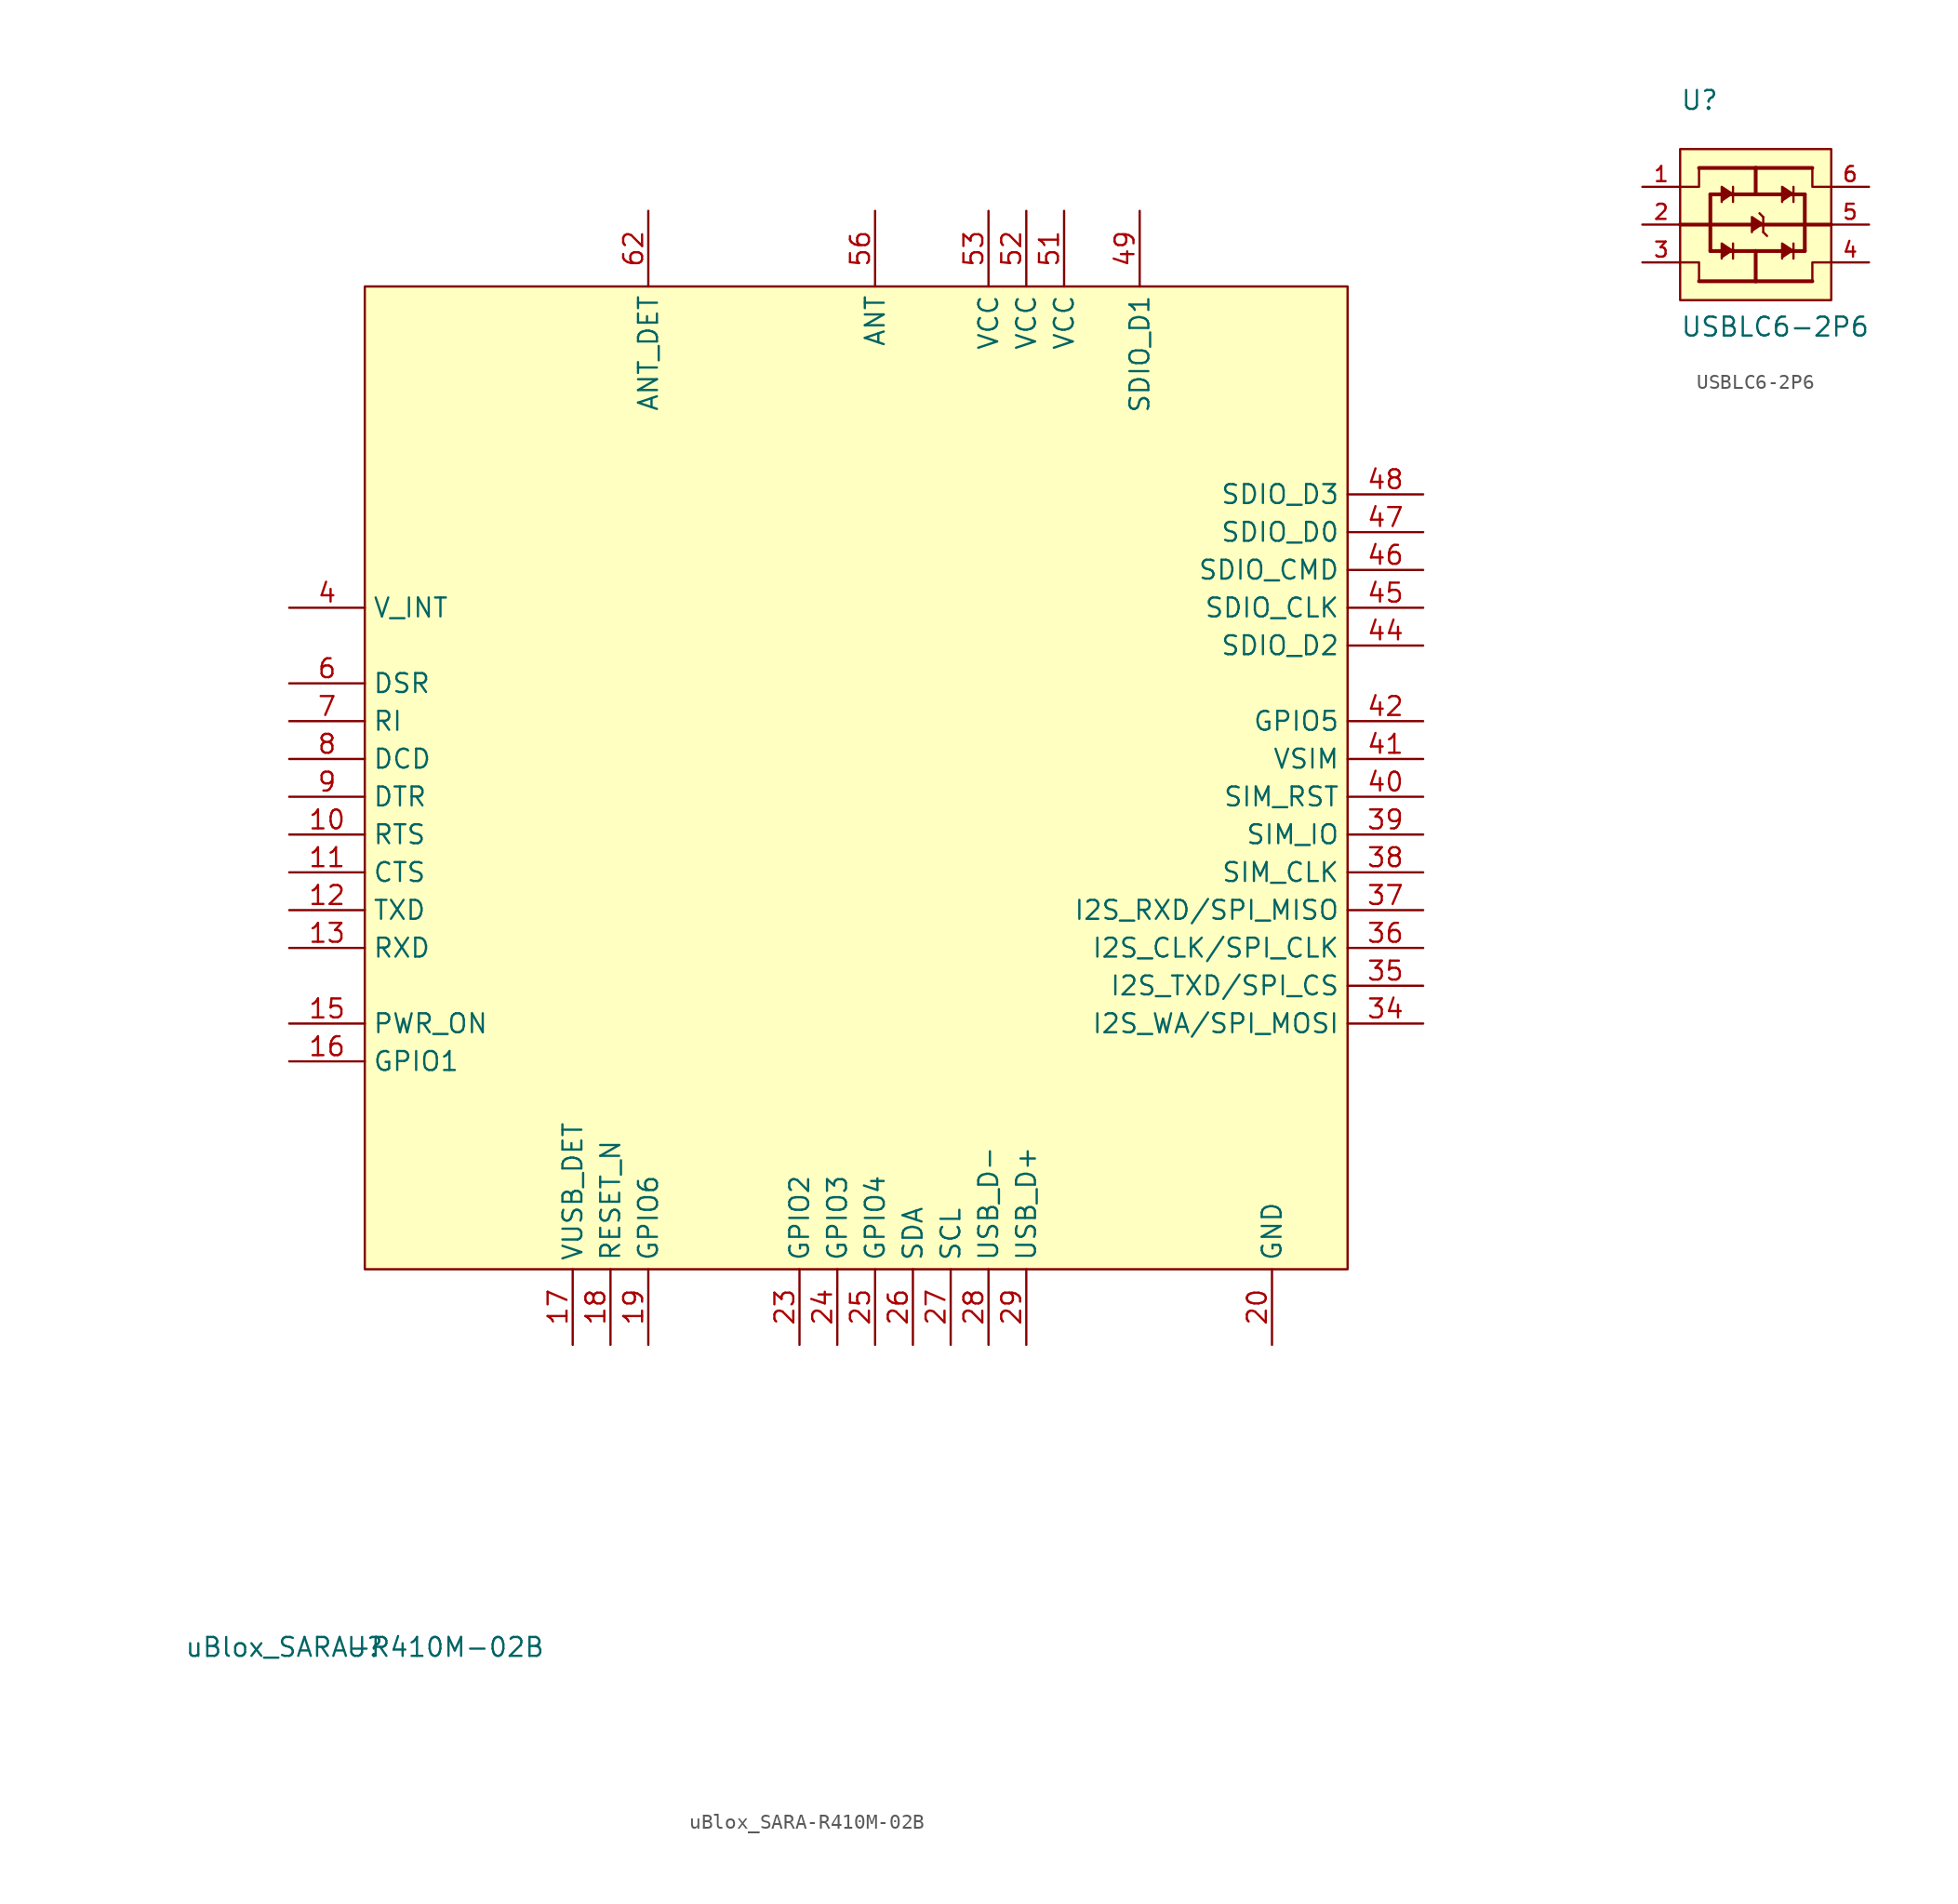
<source format=kicad_sym>
(kicad_symbol_lib
  (version 20200126)
  (host kicad_symbol_editor "(5.99.0-1734-g575ad7128)")
  (symbol "DLY_Customized:uBlox_SARA-R410M-02B"
    (property "Reference" "U"
      (at 0 0 0))
    (property "Value" "uBlox_SARA-R410M-02B"
      (at 0 0 0))
    (symbol "uBlox_SARA-R410M-02B_0_1"
      (rectangle (start 0 91.44) (end 66.04 25.4) (fill (type background))))
    (symbol "uBlox_SARA-R410M-02B_1_1"
      (pin passive line (at 60.96 20.32 90) (length 5.08) (name "GND") (number "1") hide)
      (pin passive line (at -5.08 54.61 0) (length 5.08) (name "RTS") (number "10"))
      (pin passive line (at -5.08 52.07 0) (length 5.08) (name "CTS") (number "11"))
      (pin output line (at -5.08 49.53 0) (length 5.08) (name "TXD") (number "12"))
      (pin input line (at -5.08 46.99 0) (length 5.08) (name "RXD") (number "13"))
      (pin passive line (at 60.96 20.32 90) (length 5.08) (name "GND") (number "14") hide)
      (pin input line (at -5.08 41.91 0) (length 5.08) (name "PWR_ON") (number "15"))
      (pin bidirectional line (at -5.08 39.37 0) (length 5.08) (name "GPIO1") (number "16"))
      (pin input line (at 13.97 20.32 90) (length 5.08) (name "VUSB_DET") (number "17"))
      (pin input line (at 16.51 20.32 90) (length 5.08) (name "RESET_N") (number "18"))
      (pin bidirectional line (at 19.05 20.32 90) (length 5.08) (name "GPIO6") (number "19"))
      (pin unconnected line (at 26.67 53.34 0) (length 5.08) (name "RSVD") (number "2") hide)
      (pin passive line (at 60.96 20.32 90) (length 5.08) (name "GND") (number "20"))
      (pin passive line (at 60.96 20.32 90) (length 5.08) (name "GND") (number "21") hide)
      (pin passive line (at 60.96 20.32 90) (length 5.08) (name "GND") (number "22") hide)
      (pin bidirectional line (at 29.21 20.32 90) (length 5.08) (name "GPIO2") (number "23"))
      (pin bidirectional line (at 31.75 20.32 90) (length 5.08) (name "GPIO3") (number "24"))
      (pin bidirectional line (at 34.29 20.32 90) (length 5.08) (name "GPIO4") (number "25"))
      (pin bidirectional line (at 36.83 20.32 90) (length 5.08) (name "SDA") (number "26"))
      (pin bidirectional line (at 39.37 20.32 90) (length 5.08) (name "SCL") (number "27"))
      (pin bidirectional line (at 41.91 20.32 90) (length 5.08) (name "USB_D-") (number "28"))
      (pin bidirectional line (at 44.45 20.32 90) (length 5.08) (name "USB_D+") (number "29"))
      (pin passive line (at 60.96 20.32 90) (length 5.08) (name "GND") (number "3") hide)
      (pin passive line (at 60.96 20.32 90) (length 5.08) (name "GND") (number "30") hide)
      (pin unconnected line (at 26.67 50.8 0) (length 5.08) (name "RSVD") (number "31") hide)
      (pin passive line (at 60.96 20.32 90) (length 5.08) (name "GND") (number "32") hide)
      (pin unconnected line (at 26.67 48.26 0) (length 5.08) (name "RSVD") (number "33") hide)
      (pin bidirectional line (at 71.12 41.91 180) (length 5.08) (name "I2S_WA/SPI_MOSI") (number "34"))
      (pin bidirectional line (at 71.12 44.45 180) (length 5.08) (name "I2S_TXD/SPI_CS") (number "35"))
      (pin bidirectional line (at 71.12 46.99 180) (length 5.08) (name "I2S_CLK/SPI_CLK") (number "36"))
      (pin bidirectional line (at 71.12 49.53 180) (length 5.08) (name "I2S_RXD/SPI_MISO") (number "37"))
      (pin input line (at 71.12 52.07 180) (length 5.08) (name "SIM_CLK") (number "38"))
      (pin output line (at 71.12 54.61 180) (length 5.08) (name "SIM_IO") (number "39"))
      (pin bidirectional line (at -5.08 69.85 0) (length 5.08) (name "V_INT") (number "4"))
      (pin input line (at 71.12 57.15 180) (length 5.08) (name "SIM_RST") (number "40"))
      (pin power_in line (at 71.12 59.69 180) (length 5.08) (name "VSIM") (number "41"))
      (pin bidirectional line (at 71.12 62.23 180) (length 5.08) (name "GPIO5") (number "42"))
      (pin passive line (at 60.96 20.32 90) (length 5.08) (name "GND") (number "43") hide)
      (pin bidirectional line (at 71.12 67.31 180) (length 5.08) (name "SDIO_D2") (number "44"))
      (pin input line (at 71.12 69.85 180) (length 5.08) (name "SDIO_CLK") (number "45"))
      (pin input line (at 71.12 72.39 180) (length 5.08) (name "SDIO_CMD") (number "46"))
      (pin bidirectional line (at 71.12 74.93 180) (length 5.08) (name "SDIO_D0") (number "47"))
      (pin bidirectional line (at 71.12 77.47 180) (length 5.08) (name "SDIO_D3") (number "48"))
      (pin bidirectional line (at 52.07 96.52 270) (length 5.08) (name "SDIO_D1") (number "49"))
      (pin passive line (at 60.96 20.32 90) (length 5.08) (name "GND") (number "5") hide)
      (pin passive line (at 60.96 20.32 90) (length 5.08) (name "GND") (number "50") hide)
      (pin power_in line (at 46.99 96.52 270) (length 5.08) (name "VCC") (number "51"))
      (pin power_in line (at 44.45 96.52 270) (length 5.08) (name "VCC") (number "52"))
      (pin power_in line (at 41.91 96.52 270) (length 5.08) (name "VCC") (number "53"))
      (pin passive line (at 60.96 20.32 90) (length 5.08) (name "GND") (number "54") hide)
      (pin passive line (at 60.96 20.32 90) (length 5.08) (name "GND") (number "55") hide)
      (pin output line (at 34.29 96.52 270) (length 5.08) (name "ANT") (number "56"))
      (pin passive line (at 60.96 20.32 90) (length 5.08) (name "GND") (number "57") hide)
      (pin passive line (at 60.96 20.32 90) (length 5.08) (name "GND") (number "58") hide)
      (pin passive line (at 60.96 20.32 90) (length 5.08) (name "GND") (number "59") hide)
      (pin passive line (at -5.08 64.77 0) (length 5.08) (name "DSR") (number "6"))
      (pin passive line (at 60.96 20.32 90) (length 5.08) (name "GND") (number "60") hide)
      (pin passive line (at 60.96 20.32 90) (length 5.08) (name "GND") (number "61") hide)
      (pin input line (at 19.05 96.52 270) (length 5.08) (name "ANT_DET") (number "62"))
      (pin passive line (at 60.96 20.32 90) (length 5.08) (name "GND") (number "63") hide)
      (pin passive line (at 60.96 20.32 90) (length 5.08) (name "GND") (number "64") hide)
      (pin passive line (at 60.96 20.32 90) (length 5.08) (name "GND") (number "65") hide)
      (pin passive line (at 60.96 20.32 90) (length 5.08) (name "GND") (number "66") hide)
      (pin passive line (at 60.96 20.32 90) (length 5.08) (name "GND") (number "67") hide)
      (pin passive line (at 60.96 20.32 90) (length 5.08) (name "GND") (number "68") hide)
      (pin passive line (at 60.96 20.32 90) (length 5.08) (name "GND") (number "69") hide)
      (pin output line (at -5.08 62.23 0) (length 5.08) (name "RI") (number "7"))
      (pin passive line (at 60.96 20.32 90) (length 5.08) (name "GND") (number "70") hide)
      (pin passive line (at 60.96 20.32 90) (length 5.08) (name "GND") (number "71") hide)
      (pin passive line (at 60.96 20.32 90) (length 5.08) (name "GND") (number "72") hide)
      (pin passive line (at 60.96 20.32 90) (length 5.08) (name "GND") (number "73") hide)
      (pin passive line (at 60.96 20.32 90) (length 5.08) (name "GND") (number "74") hide)
      (pin passive line (at 60.96 20.32 90) (length 5.08) (name "GND") (number "75") hide)
      (pin passive line (at 60.96 20.32 90) (length 5.08) (name "GND") (number "76") hide)
      (pin passive line (at 60.96 20.32 90) (length 5.08) (name "GND") (number "77") hide)
      (pin passive line (at 60.96 20.32 90) (length 5.08) (name "GND") (number "78") hide)
      (pin passive line (at 60.96 20.32 90) (length 5.08) (name "GND") (number "79") hide)
      (pin passive line (at -5.08 59.69 0) (length 5.08) (name "DCD") (number "8"))
      (pin passive line (at 60.96 20.32 90) (length 5.08) (name "GND") (number "80") hide)
      (pin passive line (at 60.96 20.32 90) (length 5.08) (name "GND") (number "81") hide)
      (pin passive line (at 60.96 20.32 90) (length 5.08) (name "GND") (number "82") hide)
      (pin passive line (at 60.96 20.32 90) (length 5.08) (name "GND") (number "83") hide)
      (pin passive line (at 60.96 20.32 90) (length 5.08) (name "GND") (number "84") hide)
      (pin passive line (at 60.96 20.32 90) (length 5.08) (name "GND") (number "85") hide)
      (pin passive line (at 60.96 20.32 90) (length 5.08) (name "GND") (number "86") hide)
      (pin passive line (at 60.96 20.32 90) (length 5.08) (name "GND") (number "87") hide)
      (pin passive line (at 60.96 20.32 90) (length 5.08) (name "GND") (number "88") hide)
      (pin passive line (at 60.96 20.32 90) (length 5.08) (name "GND") (number "89") hide)
      (pin passive line (at -5.08 57.15 0) (length 5.08) (name "DTR") (number "9"))
      (pin passive line (at 60.96 20.32 90) (length 5.08) (name "GND") (number "90") hide)
      (pin passive line (at 60.96 20.32 90) (length 5.08) (name "GND") (number "91") hide)
      (pin passive line (at 60.96 20.32 90) (length 5.08) (name "GND") (number "92") hide)
      (pin passive line (at 60.96 20.32 90) (length 5.08) (name "GND") (number "93") hide)
      (pin passive line (at 60.96 20.32 90) (length 5.08) (name "GND") (number "94") hide)
      (pin passive line (at 60.96 20.32 90) (length 5.08) (name "GND") (number "95") hide)
      (pin passive line (at 60.96 20.32 90) (length 5.08) (name "GND") (number "96") hide)))
  (symbol "DLY_Customized:USBLC6-2P6"
    (pin_names hide)
    (property "Reference" "U"
      (at -5.08 7.62 0)
      (effects (font (size 1.27 1.27)) (justify left bottom)))
    (property "Value" "USBLC6-2P6"
      (at -5.08 -7.62 0)
      (effects (font (size 1.27 1.27)) (justify left bottom)))
    (property "ki_locked" ""
      (at 0 0 0))
    (symbol "USBLC6-2P6_1_1"
      (rectangle (start -5.08 5.08) (end 5.08 -5.08) (fill (type background)))
      (polyline (pts (xy -3.81 -3.81) (xy -3.81 -2.54) (xy -5.08 -2.54)))
      (polyline (pts (xy -3.81 3.81) (xy -3.81 2.54) (xy -5.08 2.54)))
      (polyline (pts (xy 3.81 -3.81) (xy 3.81 -2.54) (xy 5.08 -2.54)))
      (polyline (pts (xy 3.81 3.81) (xy 3.81 2.54) (xy 5.08 2.54))))
    (symbol "USBLC6-2P6_0_0"
      (polyline (pts (xy -3.81 -3.81) (xy 0 -3.81)) (stroke (width 0.254)))
      (polyline (pts (xy -3.81 3.81) (xy 0 3.81)) (stroke (width 0.254)))
      (polyline (pts (xy -3.048 -1.778) (xy -3.048 0)) (stroke (width 0.254)))
      (polyline (pts (xy -3.048 0) (xy -5.08 0)) (stroke (width 0.254)))
      (polyline (pts (xy -3.048 0) (xy -3.048 2.032)) (stroke (width 0.254)))
      (polyline (pts (xy -1.524 -2.286) (xy -1.524 -1.778)))
      (polyline (pts (xy -1.524 -1.778) (xy -3.048 -1.778)) (stroke (width 0.254)))
      (polyline (pts (xy -1.524 -1.778) (xy -1.524 -1.27)))
      (polyline (pts (xy -1.524 1.524) (xy -1.524 2.032)))
      (polyline (pts (xy -1.524 2.032) (xy -3.048 2.032)) (stroke (width 0.254)))
      (polyline (pts (xy -1.524 2.032) (xy -1.524 2.54)))
      (polyline (pts (xy 0 -3.81) (xy 3.81 -3.81)) (stroke (width 0.254)))
      (polyline (pts (xy 0 -1.778) (xy -1.524 -1.778)) (stroke (width 0.254)))
      (polyline (pts (xy 0 -1.778) (xy 0 -3.81)) (stroke (width 0.254)))
      (polyline (pts (xy 0 2.032) (xy -1.524 2.032)) (stroke (width 0.254)))
      (polyline (pts (xy 0 2.032) (xy 0 3.81)) (stroke (width 0.254)))
      (polyline (pts (xy 0 3.81) (xy 3.81 3.81)) (stroke (width 0.254)))
      (polyline (pts (xy 0.508 -0.508) (xy 0.508 0)))
      (polyline (pts (xy 0.508 0) (xy -3.048 0)) (stroke (width 0.254)))
      (polyline (pts (xy 0.508 0) (xy 0.508 0.508)))
      (polyline (pts (xy 0.508 0.508) (xy 0.254 0.762)))
      (polyline (pts (xy 0.762 -0.762) (xy 0.508 -0.508)))
      (polyline (pts (xy 2.54 -2.286) (xy 2.54 -1.778)))
      (polyline (pts (xy 2.54 -1.778) (xy 0 -1.778)) (stroke (width 0.254)))
      (polyline (pts (xy 2.54 -1.778) (xy 2.54 -1.27)))
      (polyline (pts (xy 2.54 1.524) (xy 2.54 2.032)))
      (polyline (pts (xy 2.54 2.032) (xy 0 2.032)) (stroke (width 0.254)))
      (polyline (pts (xy 2.54 2.032) (xy 2.54 2.54)))
      (polyline (pts (xy 3.302 -1.778) (xy 2.54 -1.778)) (stroke (width 0.254)))
      (polyline (pts (xy 3.302 2.032) (xy 2.54 2.032)) (stroke (width 0.254)))
      (polyline (pts (xy 3.302 2.032) (xy 3.302 -1.778)) (stroke (width 0.254)))
      (polyline (pts (xy 5.08 0) (xy 0.508 0)) (stroke (width 0.254)))
      (polyline (pts (xy -1.524 -1.778) (xy -2.286 -1.27) (xy -2.286 -2.286)) (fill (type outline)))
      (polyline (pts (xy -1.524 2.032) (xy -2.286 2.54) (xy -2.286 1.524)) (fill (type outline)))
      (polyline (pts (xy 0.508 0) (xy -0.254 0.508) (xy -0.254 -0.508)) (fill (type outline)))
      (polyline (pts (xy 2.54 -1.778) (xy 1.778 -1.27) (xy 1.778 -2.286)) (fill (type outline)))
      (polyline (pts (xy 2.54 2.032) (xy 1.778 2.54) (xy 1.778 1.524)) (fill (type outline)))
      (pin bidirectional line (at -7.62 2.54 0) (length 2.54) (name "I/O1_1" (effects (font (size 1.016 1.016)))) (number "1" (effects (font (size 1.016 1.016)))))
      (pin power_in line (at -7.62 0 0) (length 2.54) (name "GND" (effects (font (size 1.016 1.016)))) (number "2" (effects (font (size 1.016 1.016)))))
      (pin bidirectional line (at -7.62 -2.54 0) (length 2.54) (name "I/O2_1" (effects (font (size 1.016 1.016)))) (number "3" (effects (font (size 1.016 1.016)))))
      (pin bidirectional line (at 7.62 -2.54 180) (length 2.54) (name "I/O2_2" (effects (font (size 1.016 1.016)))) (number "4" (effects (font (size 1.016 1.016)))))
      (pin power_in line (at 7.62 0 180) (length 2.54) (name "VBUS" (effects (font (size 1.016 1.016)))) (number "5" (effects (font (size 1.016 1.016)))))
      (pin bidirectional line (at 7.62 2.54 180) (length 2.54) (name "I/O1_2" (effects (font (size 1.016 1.016)))) (number "6" (effects (font (size 1.016 1.016))))))))
</source>
